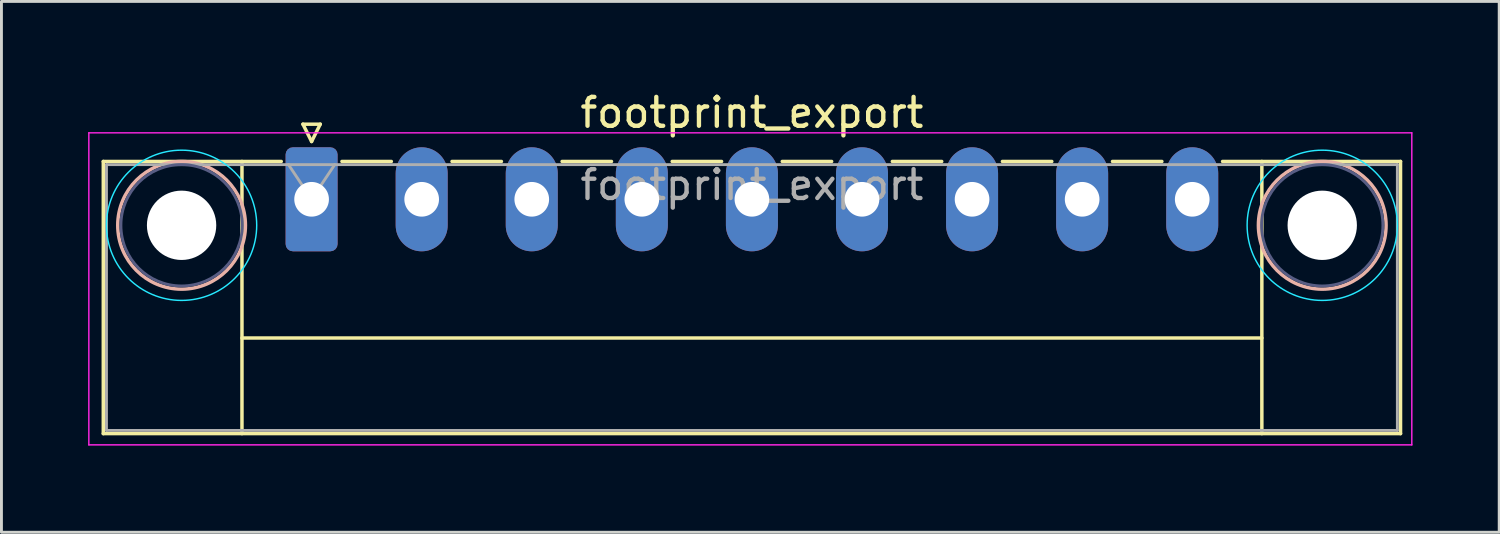
<source format=kicad_pcb>
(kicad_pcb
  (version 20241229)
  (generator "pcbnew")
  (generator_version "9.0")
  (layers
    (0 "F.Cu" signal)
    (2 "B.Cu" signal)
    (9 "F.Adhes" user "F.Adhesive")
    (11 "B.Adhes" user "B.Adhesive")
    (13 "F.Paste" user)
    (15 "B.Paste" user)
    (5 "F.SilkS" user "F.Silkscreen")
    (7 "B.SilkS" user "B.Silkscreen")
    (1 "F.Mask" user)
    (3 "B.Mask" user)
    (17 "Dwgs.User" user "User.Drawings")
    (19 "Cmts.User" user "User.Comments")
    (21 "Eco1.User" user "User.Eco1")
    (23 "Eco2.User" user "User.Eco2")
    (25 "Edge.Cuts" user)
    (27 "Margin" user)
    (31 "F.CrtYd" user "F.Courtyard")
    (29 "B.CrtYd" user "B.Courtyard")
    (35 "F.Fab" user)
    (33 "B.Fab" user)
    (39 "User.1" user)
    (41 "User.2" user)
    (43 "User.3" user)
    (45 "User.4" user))
  (footprint "footprint_export"
    (layer "F.Cu")
    (at 7.735 3.848)
    (property "Reference" "footprint_export" (at 15.24 -3 0) (layer "F.SilkS") (effects (font (size 1 1) (thickness 0.15))))
    (attr through_hole)
    (fp_line (start -7.21 -1.31) (end -7.21 8.11) (stroke (width 0.12) (type solid)) (layer "F.SilkS"))
    (fp_line (start -7.21 -1.31) (end -1.05 -1.31) (stroke (width 0.12) (type solid)) (layer "F.SilkS"))
    (fp_line (start -7.21 8.11) (end 37.69 8.11) (stroke (width 0.12) (type solid)) (layer "F.SilkS"))
    (fp_line (start -2.41 -1.31) (end -2.41 8.11) (stroke (width 0.12) (type solid)) (layer "F.SilkS"))
    (fp_line (start -2.41 4.8) (end 32.89 4.8) (stroke (width 0.12) (type solid)) (layer "F.SilkS"))
    (fp_line (start -0.3 -2.6) (end 0.3 -2.6) (stroke (width 0.12) (type solid)) (layer "F.SilkS"))
    (fp_line (start 0 -2) (end -0.3 -2.6) (stroke (width 0.12) (type solid)) (layer "F.SilkS"))
    (fp_line (start 0.3 -2.6) (end 0 -2) (stroke (width 0.12) (type solid)) (layer "F.SilkS"))
    (fp_line (start 1.05 -1.31) (end 2.76 -1.31) (stroke (width 0.12) (type solid)) (layer "F.SilkS"))
    (fp_line (start 4.86 -1.31) (end 6.57 -1.31) (stroke (width 0.12) (type solid)) (layer "F.SilkS"))
    (fp_line (start 8.67 -1.31) (end 10.38 -1.31) (stroke (width 0.12) (type solid)) (layer "F.SilkS"))
    (fp_line (start 12.48 -1.31) (end 14.19 -1.31) (stroke (width 0.12) (type solid)) (layer "F.SilkS"))
    (fp_line (start 16.29 -1.31) (end 18 -1.31) (stroke (width 0.12) (type solid)) (layer "F.SilkS"))
    (fp_line (start 20.1 -1.31) (end 21.81 -1.31) (stroke (width 0.12) (type solid)) (layer "F.SilkS"))
    (fp_line (start 23.91 -1.31) (end 25.62 -1.31) (stroke (width 0.12) (type solid)) (layer "F.SilkS"))
    (fp_line (start 27.72 -1.31) (end 29.43 -1.31) (stroke (width 0.12) (type solid)) (layer "F.SilkS"))
    (fp_line (start 32.89 -1.31) (end 32.89 8.11) (stroke (width 0.12) (type solid)) (layer "F.SilkS"))
    (fp_line (start 37.69 -1.31) (end 31.53 -1.31) (stroke (width 0.12) (type solid)) (layer "F.SilkS"))
    (fp_line (start 37.69 8.11) (end 37.69 -1.31) (stroke (width 0.12) (type solid)) (layer "F.SilkS"))
    (fp_circle (center -4.5 0.9) (end -2.29 0.9) (stroke (width 0.12) (type solid)) (fill no) (layer "B.SilkS"))
    (fp_circle (center 34.98 0.9) (end 37.19 0.9) (stroke (width 0.12) (type solid)) (fill no) (layer "B.SilkS"))
    (fp_circle (center -4.5 0.9) (end -1.9 0.9) (stroke (width 0.05) (type solid)) (fill no) (layer "B.CrtYd"))
    (fp_circle (center 34.98 0.9) (end 37.58 0.9) (stroke (width 0.05) (type solid)) (fill no) (layer "B.CrtYd"))
    (fp_line (start -7.71 -2.3) (end -7.71 8.5) (stroke (width 0.05) (type solid)) (layer "F.CrtYd"))
    (fp_line (start -7.71 8.5) (end 38.08 8.5) (stroke (width 0.05) (type solid)) (layer "F.CrtYd"))
    (fp_line (start 38.08 -2.3) (end -7.71 -2.3) (stroke (width 0.05) (type solid)) (layer "F.CrtYd"))
    (fp_line (start 38.08 8.5) (end 38.08 -2.3) (stroke (width 0.05) (type solid)) (layer "F.CrtYd"))
    (fp_circle (center -4.5 0.9) (end -2.4 0.9) (stroke (width 0.1) (type solid)) (fill no) (layer "B.Fab"))
    (fp_circle (center 34.98 0.9) (end 37.08 0.9) (stroke (width 0.1) (type solid)) (fill no) (layer "B.Fab"))
    (fp_line (start -7.1 -1.2) (end -7.1 8) (stroke (width 0.1) (type solid)) (layer "F.Fab"))
    (fp_line (start -7.1 8) (end 37.58 8) (stroke (width 0.1) (type solid)) (layer "F.Fab"))
    (fp_line (start 0 0) (end -0.8 -1.2) (stroke (width 0.1) (type solid)) (layer "F.Fab"))
    (fp_line (start 0.8 -1.2) (end 0 0) (stroke (width 0.1) (type solid)) (layer "F.Fab"))
    (fp_line (start 37.58 -1.2) (end -7.1 -1.2) (stroke (width 0.1) (type solid)) (layer "F.Fab"))
    (fp_line (start 37.58 8) (end 37.58 -1.2) (stroke (width 0.1) (type solid)) (layer "F.Fab"))
    (fp_text user "${REFERENCE}" (at 15.24 -0.5 0) (layer "F.Fab") (effects (font (size 1 1) (thickness 0.15))))
    (pad "" np_thru_hole circle (at -4.5 0.9) (size 2.4 2.4) (drill 2.4) (layers "*.Cu" "*.Mask"))
    (pad "" np_thru_hole circle (at 34.98 0.9) (size 2.4 2.4) (drill 2.4) (layers "*.Cu" "*.Mask"))
    (pad "1" thru_hole roundrect (at 0 0) (size 1.8 3.6) (drill 1.2) (layers "*.Cu" "*.Mask") (roundrect_rratio 0.139))
    (pad "2" thru_hole oval (at 3.81 0) (size 1.8 3.6) (drill 1.2) (layers "*.Cu" "*.Mask"))
    (pad "3" thru_hole oval (at 7.62 0) (size 1.8 3.6) (drill 1.2) (layers "*.Cu" "*.Mask"))
    (pad "4" thru_hole oval (at 11.43 0) (size 1.8 3.6) (drill 1.2) (layers "*.Cu" "*.Mask"))
    (pad "5" thru_hole oval (at 15.24 0) (size 1.8 3.6) (drill 1.2) (layers "*.Cu" "*.Mask"))
    (pad "6" thru_hole oval (at 19.05 0) (size 1.8 3.6) (drill 1.2) (layers "*.Cu" "*.Mask"))
    (pad "7" thru_hole oval (at 22.86 0) (size 1.8 3.6) (drill 1.2) (layers "*.Cu" "*.Mask"))
    (pad "8" thru_hole oval (at 26.67 0) (size 1.8 3.6) (drill 1.2) (layers "*.Cu" "*.Mask"))
    (pad "9" thru_hole oval (at 30.48 0) (size 1.8 3.6) (drill 1.2) (layers "*.Cu" "*.Mask")))
  (gr_rect
    (start -3 -3)
    (end 48.84 15.373)
    (stroke (width 0.1) (type default))
    (fill no)
    (layer "Edge.Cuts")))
</source>
